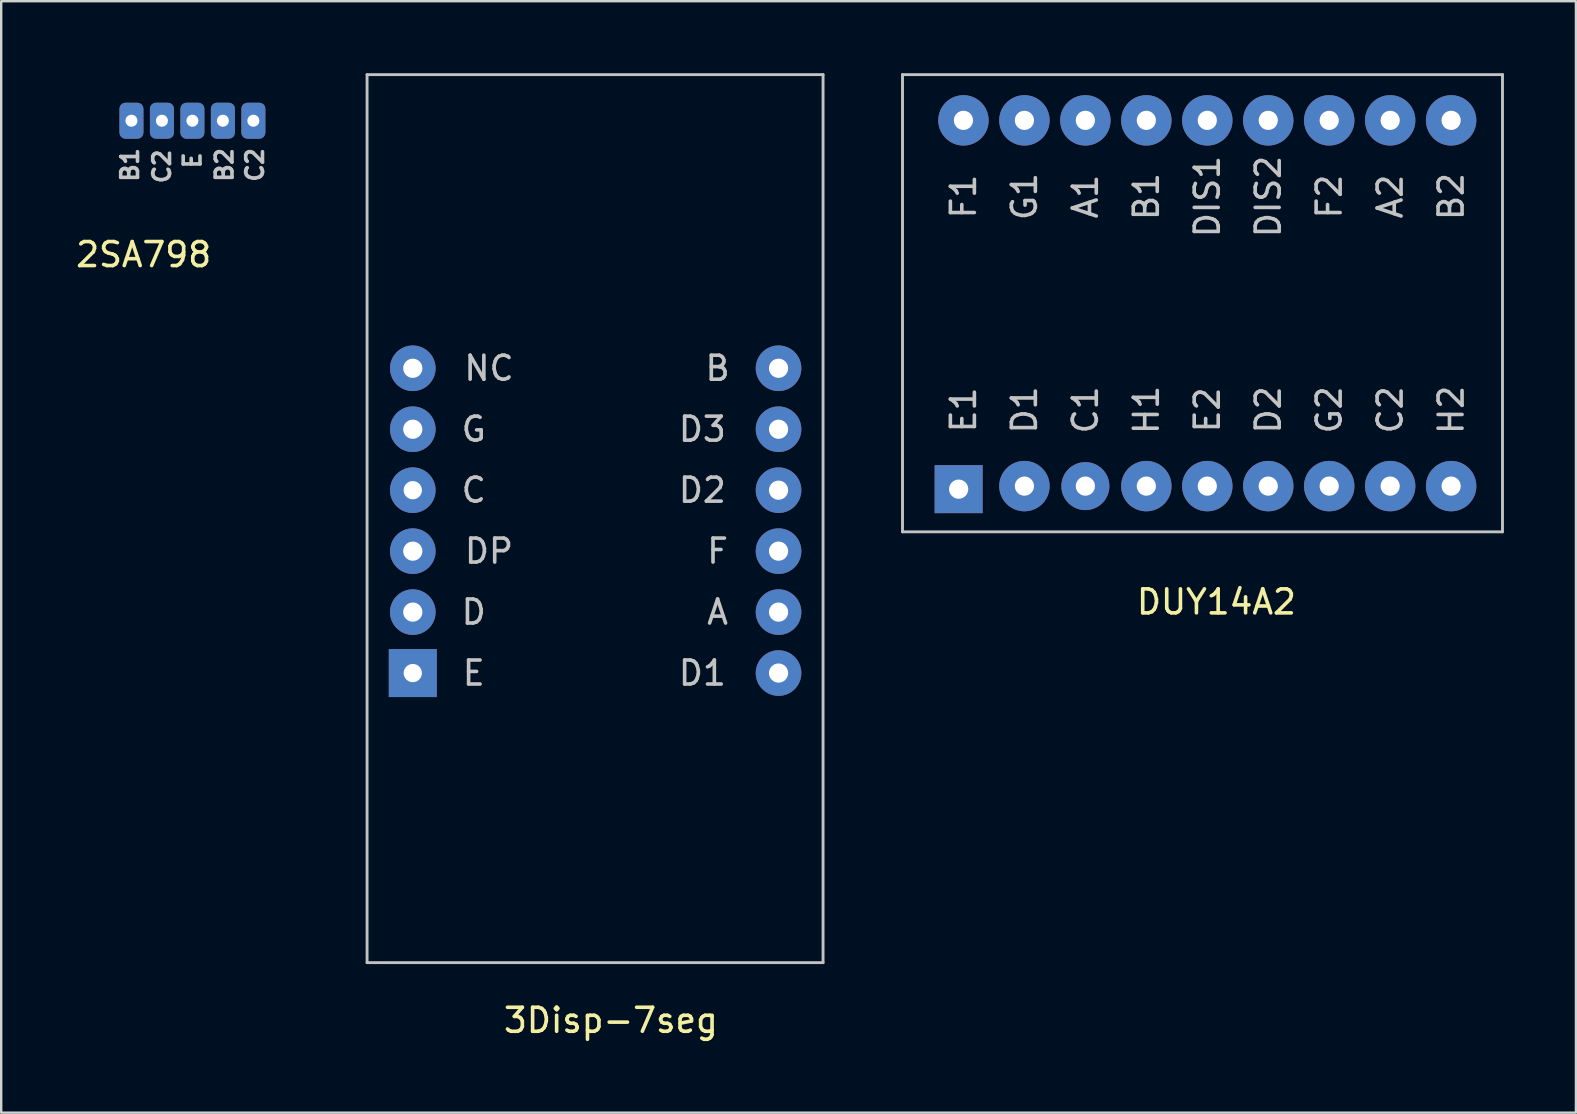
<source format=kicad_pcb>
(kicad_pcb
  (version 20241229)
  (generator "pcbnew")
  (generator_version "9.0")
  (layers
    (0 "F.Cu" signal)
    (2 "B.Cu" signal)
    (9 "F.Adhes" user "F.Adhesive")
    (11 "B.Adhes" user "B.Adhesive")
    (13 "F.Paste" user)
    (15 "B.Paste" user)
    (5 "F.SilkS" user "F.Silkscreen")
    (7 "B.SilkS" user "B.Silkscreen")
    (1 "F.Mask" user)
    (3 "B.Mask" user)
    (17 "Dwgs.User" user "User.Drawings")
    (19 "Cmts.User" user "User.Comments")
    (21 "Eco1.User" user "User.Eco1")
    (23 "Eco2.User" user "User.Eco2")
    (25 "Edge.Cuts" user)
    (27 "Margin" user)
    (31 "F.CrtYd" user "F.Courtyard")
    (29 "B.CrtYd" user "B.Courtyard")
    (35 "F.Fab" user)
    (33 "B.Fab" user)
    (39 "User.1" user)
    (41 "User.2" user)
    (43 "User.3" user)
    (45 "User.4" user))
  (footprint "2SA798"
    (layer "F.Cu")
    (at 2.935 7.06)
    (property "Reference" "2SA798" (at 0 0.5 0) (layer "F.SilkS") (effects (font (size 1 1) (thickness 0.15))))
    (attr through_hole)
    (fp_line (start -2 -7) (end -2 -4) (stroke (width 0.12) (type solid)) (layer "Eco2.User"))
    (fp_line (start -2 -4) (end -2 -3) (stroke (width 0.12) (type solid)) (layer "Eco2.User"))
    (fp_line (start -2 -3) (end 6 -3) (stroke (width 0.12) (type solid)) (layer "Eco2.User"))
    (fp_line (start 6 -7) (end -2 -7) (stroke (width 0.12) (type solid)) (layer "Eco2.User"))
    (fp_line (start 6 -3) (end 6 -7) (stroke (width 0.12) (type solid)) (layer "Eco2.User"))
    (fp_text user "B2" (at 3.365 -3.239 90) (layer "Dwgs.User") (effects (font (size 0.7 0.7) (thickness 0.15))))
    (fp_text user "B1" (at -0.572 -3.239 90) (layer "Dwgs.User") (effects (font (size 0.7 0.7) (thickness 0.15))))
    (fp_text user "C2" (at 0.762 -3.175 90) (layer "Dwgs.User") (effects (font (size 0.7 0.7) (thickness 0.15))))
    (fp_text user "C2" (at 4.636 -3.239 90) (layer "Dwgs.User") (effects (font (size 0.7 0.7) (thickness 0.15))))
    (fp_text user "E" (at 2.032 -3.429 90) (layer "Dwgs.User") (effects (font (size 0.7 0.7) (thickness 0.15))))
    (pad "1" thru_hole roundrect (at -0.508 -5.08) (size 1 1.5) (drill 0.5) (layers "*.Cu" "*.Mask") (roundrect_rratio 0.25))
    (pad "2" thru_hole roundrect (at 0.762 -5.08) (size 1 1.5) (drill 0.5) (layers "*.Cu" "*.Mask") (roundrect_rratio 0.25))
    (pad "3" thru_hole roundrect (at 2.032 -5.08) (size 1 1.5) (drill 0.5) (layers "*.Cu" "*.Mask") (roundrect_rratio 0.25))
    (pad "4" thru_hole roundrect (at 3.302 -5.08) (size 1 1.5) (drill 0.5) (layers "*.Cu" "*.Mask") (roundrect_rratio 0.25))
    (pad "5" thru_hole roundrect (at 4.572 -5.08) (size 1 1.5) (drill 0.5) (layers "*.Cu" "*.Mask") (roundrect_rratio 0.25)))
  (footprint "DUY14A2"
    (layer "F.Cu")
    (at 34.555 19.11)
    (property "Reference" "DUY14A2" (at 13.081 2.921 0) (layer "F.SilkS") (effects (font (size 1 1) (thickness 0.15))))
    (attr through_hole)
    (fp_line (start 0 -19.05) (end 0 0) (stroke (width 0.12) (type solid)) (layer "Dwgs.User"))
    (fp_line (start 0 0) (end 25 0) (stroke (width 0.12) (type solid)) (layer "Dwgs.User"))
    (fp_line (start 25 -19.05) (end 0 -19.05) (stroke (width 0.12) (type solid)) (layer "Dwgs.User"))
    (fp_line (start 25 0) (end 25 -19.05) (stroke (width 0.12) (type solid)) (layer "Dwgs.User"))
    (fp_text user "D2" (at 15.24 -5.08 90) (layer "Dwgs.User") (effects (font (size 1 1) (thickness 0.15))))
    (fp_text user "C2" (at 20.32 -5.08 90) (layer "Dwgs.User") (effects (font (size 1 1) (thickness 0.15))))
    (fp_text user "B2" (at 22.86 -13.97 90) (layer "Dwgs.User") (effects (font (size 1 1) (thickness 0.15))))
    (fp_text user "DIS1" (at 12.7 -13.97 90) (layer "Dwgs.User") (effects (font (size 1 1) (thickness 0.15))))
    (fp_text user "A1" (at 7.62 -13.97 90) (layer "Dwgs.User") (effects (font (size 1 1) (thickness 0.15))))
    (fp_text user "E2" (at 12.7 -5.08 90) (layer "Dwgs.User") (effects (font (size 1 1) (thickness 0.15))))
    (fp_text user "H1" (at 10.16 -5.08 90) (layer "Dwgs.User") (effects (font (size 1 1) (thickness 0.15))))
    (fp_text user "A2" (at 20.32 -13.97 90) (layer "Dwgs.User") (effects (font (size 1 1) (thickness 0.15))))
    (fp_text user "F1" (at 2.54 -13.97 90) (layer "Dwgs.User") (effects (font (size 1 1) (thickness 0.15))))
    (fp_text user "D1" (at 5.08 -5.08 90) (layer "Dwgs.User") (effects (font (size 1 1) (thickness 0.15))))
    (fp_text user "C1" (at 7.62 -5.08 90) (layer "Dwgs.User") (effects (font (size 1 1) (thickness 0.15))))
    (fp_text user "B1" (at 10.16 -13.97 90) (layer "Dwgs.User") (effects (font (size 1 1) (thickness 0.15))))
    (fp_text user "G2" (at 17.78 -5.08 90) (layer "Dwgs.User") (effects (font (size 1 1) (thickness 0.15))))
    (fp_text user "DIS2" (at 15.24 -13.97 90) (layer "Dwgs.User") (effects (font (size 1 1) (thickness 0.15))))
    (fp_text user "G1" (at 5.08 -13.97 90) (layer "Dwgs.User") (effects (font (size 1 1) (thickness 0.15))))
    (fp_text user "E1" (at 2.54 -5.08 90) (layer "Dwgs.User") (effects (font (size 1 1) (thickness 0.15))))
    (fp_text user "F2" (at 17.78 -13.97 90) (layer "Dwgs.User") (effects (font (size 1 1) (thickness 0.15))))
    (fp_text user "H2" (at 22.86 -5.08 90) (layer "Dwgs.User") (effects (font (size 1 1) (thickness 0.15))))
    (pad "1" thru_hole rect (at 2.34 -1.778) (size 2 2) (drill 0.8) (layers "*.Cu" "*.Mask"))
    (pad "2" thru_hole circle (at 5.08 -1.905) (size 2.1 2.1) (drill 0.8) (layers "*.Cu" "*.Mask"))
    (pad "3" thru_hole circle (at 7.62 -1.905) (size 2 2) (drill 0.8) (layers "*.Cu" "*.Mask"))
    (pad "4" thru_hole circle (at 10.16 -1.905) (size 2.1 2.1) (drill 0.8) (layers "*.Cu" "*.Mask"))
    (pad "5" thru_hole circle (at 12.7 -1.905) (size 2.1 2.1) (drill 0.8) (layers "*.Cu" "*.Mask"))
    (pad "6" thru_hole circle (at 15.24 -1.905) (size 2.1 2.1) (drill 0.8) (layers "*.Cu" "*.Mask"))
    (pad "7" thru_hole circle (at 17.78 -1.905) (size 2.1 2.1) (drill 0.8) (layers "*.Cu" "*.Mask"))
    (pad "8" thru_hole circle (at 20.32 -1.905) (size 2.1 2.1) (drill 0.8) (layers "*.Cu" "*.Mask"))
    (pad "9" thru_hole circle (at 22.86 -1.905) (size 2.1 2.1) (drill 0.8) (layers "*.Cu" "*.Mask"))
    (pad "10" thru_hole circle (at 22.86 -17.145) (size 2.1 2.1) (drill 0.8) (layers "*.Cu" "*.Mask"))
    (pad "11" thru_hole circle (at 20.32 -17.145) (size 2.1 2.1) (drill 0.8) (layers "*.Cu" "*.Mask"))
    (pad "12" thru_hole circle (at 17.78 -17.145) (size 2.1 2.1) (drill 0.8) (layers "*.Cu" "*.Mask"))
    (pad "13" thru_hole circle (at 15.24 -17.145) (size 2.1 2.1) (drill 0.8) (layers "*.Cu" "*.Mask"))
    (pad "14" thru_hole circle (at 12.7 -17.145) (size 2.1 2.1) (drill 0.8) (layers "*.Cu" "*.Mask"))
    (pad "15" thru_hole circle (at 10.16 -17.145) (size 2.1 2.1) (drill 0.8) (layers "*.Cu" "*.Mask"))
    (pad "16" thru_hole circle (at 7.62 -17.145) (size 2.1 2.1) (drill 0.8) (layers "*.Cu" "*.Mask"))
    (pad "17" thru_hole circle (at 5.08 -17.145) (size 2.1 2.1) (drill 0.8) (layers "*.Cu" "*.Mask"))
    (pad "18" thru_hole circle (at 2.54 -17.145) (size 2.1 2.1) (drill 0.8) (layers "*.Cu" "*.Mask")))
  (footprint "3Disp-7seg"
    (layer "F.Cu")
    (at 12.245 37.06)
    (property "Reference" "3Disp-7seg" (at 10.16 2.405 0) (layer "F.SilkS") (effects (font (size 1 1) (thickness 0.15))))
    (attr through_hole)
    (fp_line (start 0 -37) (end 0 0) (stroke (width 0.12) (type solid)) (layer "Dwgs.User"))
    (fp_line (start 0 0) (end 19 0) (stroke (width 0.12) (type solid)) (layer "Dwgs.User"))
    (fp_line (start 19 -37) (end 0 -37) (stroke (width 0.12) (type solid)) (layer "Dwgs.User"))
    (fp_line (start 19 0) (end 19 -37) (stroke (width 0.12) (type solid)) (layer "Dwgs.User"))
    (fp_text user "NC" (at 5.08 -24.765 0) (layer "Dwgs.User") (effects (font (size 1 1) (thickness 0.15))))
    (fp_text user "C" (at 4.445 -19.685 0) (layer "Dwgs.User") (effects (font (size 1 1) (thickness 0.15))))
    (fp_text user "D2" (at 13.97 -19.685 0) (layer "Dwgs.User") (effects (font (size 1 1) (thickness 0.15))))
    (fp_text user "G" (at 4.445 -22.225 0) (layer "Dwgs.User") (effects (font (size 1 1) (thickness 0.15))))
    (fp_text user "D1" (at 13.97 -12.065 0) (layer "Dwgs.User") (effects (font (size 1 1) (thickness 0.15))))
    (fp_text user "D" (at 4.445 -14.605 0) (layer "Dwgs.User") (effects (font (size 1 1) (thickness 0.15))))
    (fp_text user "E" (at 4.445 -12.065 0) (layer "Dwgs.User") (effects (font (size 1 1) (thickness 0.15))))
    (fp_text user "F" (at 14.605 -17.145 0) (layer "Dwgs.User") (effects (font (size 1 1) (thickness 0.15))))
    (fp_text user "D3" (at 13.97 -22.225 0) (layer "Dwgs.User") (effects (font (size 1 1) (thickness 0.15))))
    (fp_text user "B" (at 14.605 -24.765 0) (layer "Dwgs.User") (effects (font (size 1 1) (thickness 0.15))))
    (fp_text user "A" (at 14.605 -14.605 0) (layer "Dwgs.User") (effects (font (size 1 1) (thickness 0.15))))
    (fp_text user "DP" (at 5.08 -17.145 0) (layer "Dwgs.User") (effects (font (size 1 1) (thickness 0.15))))
    (pad "1" thru_hole rect (at 1.905 -12.065) (size 2 2) (drill 0.762) (layers "*.Cu" "*.Mask"))
    (pad "2" thru_hole circle (at 1.905 -14.605) (size 1.9 1.9) (drill 0.8) (layers "*.Cu" "*.Mask"))
    (pad "3" thru_hole circle (at 1.905 -17.145) (size 1.9 1.9) (drill 0.8) (layers "*.Cu" "*.Mask"))
    (pad "4" thru_hole circle (at 1.905 -19.685) (size 1.9 1.9) (drill 0.762) (layers "*.Cu" "*.Mask"))
    (pad "5" thru_hole circle (at 1.905 -22.225) (size 1.9 1.9) (drill 0.8) (layers "*.Cu" "*.Mask"))
    (pad "6" thru_hole circle (at 1.905 -24.765) (size 1.9 1.9) (drill 0.8) (layers "*.Cu" "*.Mask"))
    (pad "7" thru_hole circle (at 17.145 -24.765) (size 1.9 1.9) (drill 0.8) (layers "*.Cu" "*.Mask"))
    (pad "8" thru_hole circle (at 17.145 -22.225) (size 1.9 1.9) (drill 0.8) (layers "*.Cu" "*.Mask"))
    (pad "9" thru_hole circle (at 17.145 -19.685) (size 1.9 1.9) (drill 0.8) (layers "*.Cu" "*.Mask"))
    (pad "10" thru_hole circle (at 17.145 -17.145) (size 1.9 1.9) (drill 0.8) (layers "*.Cu" "*.Mask"))
    (pad "11" thru_hole circle (at 17.145 -14.605) (size 1.9 1.9) (drill 0.8) (layers "*.Cu" "*.Mask"))
    (pad "12" thru_hole circle (at 17.145 -12.065) (size 1.9 1.9) (drill 0.8) (layers "*.Cu" "*.Mask")))
  (gr_rect
    (start -3 -3)
    (end 62.615 43.313)
    (stroke (width 0.1) (type default))
    (fill no)
    (layer "Edge.Cuts")))
</source>
